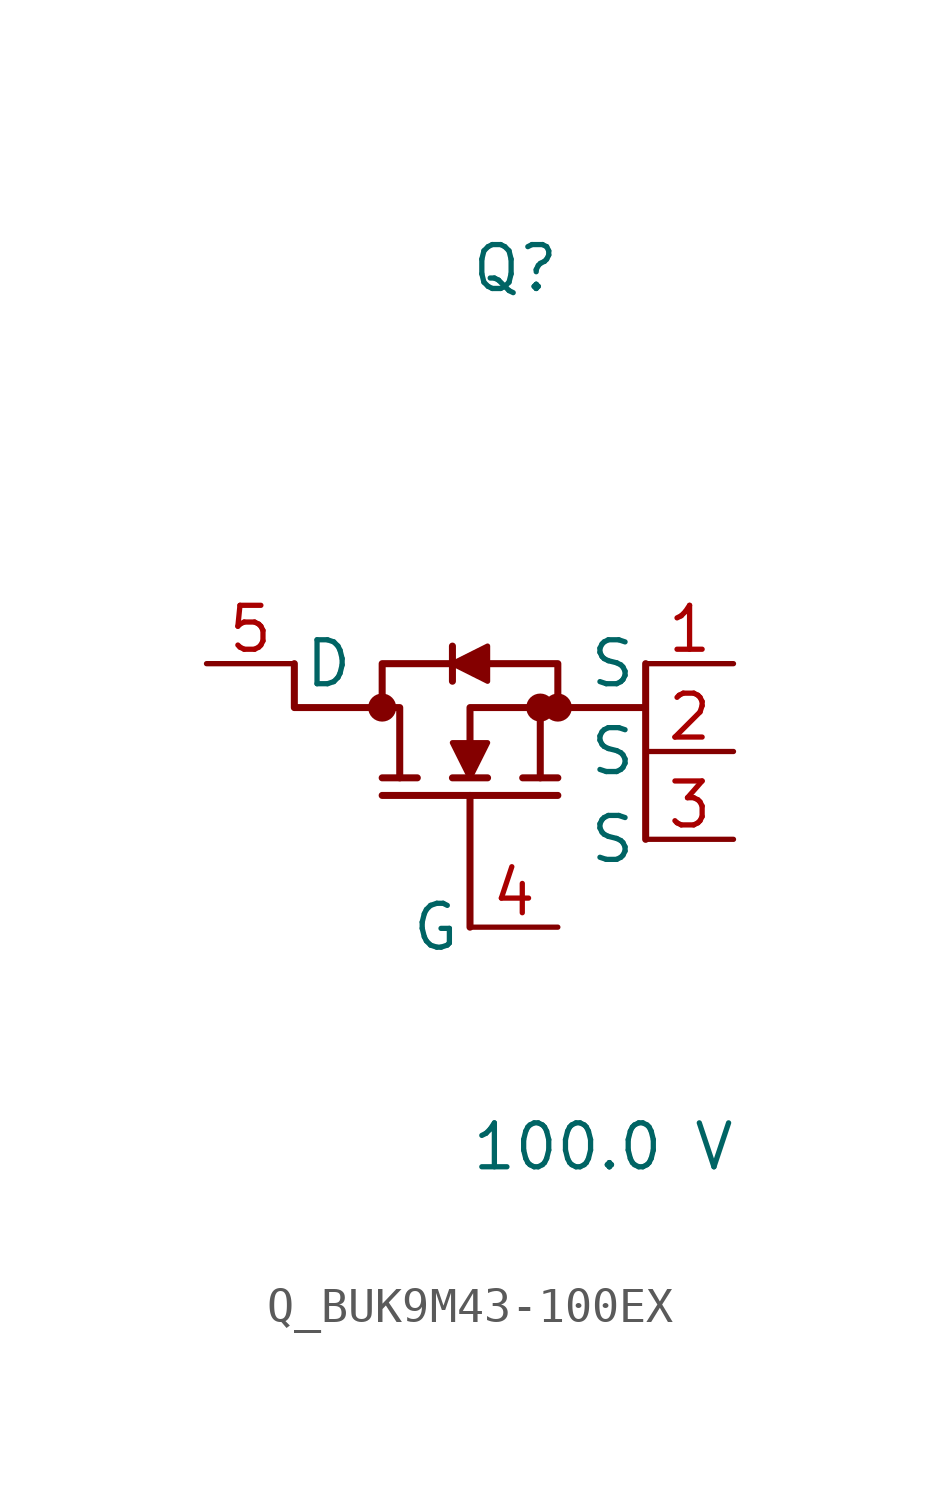
<source format=kicad_sym>
(kicad_symbol_lib
  (version 20231120)
  (generator kicad_symbol_editor)
  (generator_version 8.0)
  (symbol "Q_BUK9M43-100EX"
    (pin_names
      (offset 0.254))
    (property "Reference" "Q"
      (at 0.0 12.7 0)
      (effects (font (size 1.27 1.27)) (justify left)))
    (property "Value" "100.0 V"
      (at 0.0 -12.7 0)
      (effects (font (size 1.27 1.27)) (justify left)))
    (symbol "Q_BUK9M43-100EX_1_0"
      (polyline (pts (xy -0.508 1.778) (xy -0.508 0.762)) (stroke (width 0.203) (type default)) (fill (type none)))
      (polyline (pts (xy 0 -6.35) (xy 0 -2.54)) (stroke (width 0.203) (type default)) (fill (type none)))
      (polyline (pts (xy 2.54 -2.54) (xy -2.54 -2.54)) (stroke (width 0.203) (type default)) (fill (type none)))
      (polyline (pts (xy 2.54 -2.032) (xy 1.524 -2.032)) (stroke (width 0.203) (type default)) (fill (type none)))
      (circle (center -2.54 0) (radius 0.025) (stroke (width 0.381) (type default)) (fill (type none)))
      (polyline (pts (xy -1.524 -2.032) (xy -2.54 -2.032)) (stroke (width 0.203) (type default)) (fill (type none)))
      (polyline (pts (xy 0.508 -2.032) (xy -0.508 -2.032)) (stroke (width 0.203) (type default)) (fill (type none)))
      (polyline (pts (xy -2.032 -2.032) (xy -2.032 0) (xy -2.54 0)) (stroke (width 0.203) (type default)) (fill (type none)))
      (polyline (pts (xy -0.508 1.27) (xy 0.508 0.762) (xy 0.508 1.778) (xy -0.508 1.27)) (stroke (width 0) (type default)) (fill (type outline)))
      (polyline (pts (xy 0 -2.032) (xy 0.508 -1.016) (xy -0.508 -1.016) (xy 0 -2.032)) (stroke (width 0) (type default)) (fill (type outline)))
      (polyline (pts (xy -5.08 1.27) (xy -5.08 0) (xy -2.54 0) (xy -2.54 1.27) (xy -0.508 1.27)) (stroke (width 0.203) (type default)) (fill (type none)))
      (polyline (pts (xy 0 -1.016) (xy 0 0) (xy 2.54 0) (xy 2.032 0) (xy 2.032 -2.032)) (stroke (width 0.203) (type default)) (fill (type none)))
      (polyline (pts (xy 0.508 1.27) (xy 2.54 1.27) (xy 2.54 0) (xy 5.08 0) (xy 5.08 1.27) (xy 5.08 -3.81)) (stroke (width 0.203) (type default)) (fill (type none)))
      (circle (center 2.032 0) (radius 0.025) (stroke (width 0.381) (type default)) (fill (type none)))
      (circle (center 2.54 0) (radius 0.025) (stroke (width 0.381) (type default)) (fill (type none)))
      (pin unspecified line (at -7.62 1.27 0) (length 2.54) (name "D" (effects (font (size 1.27 1.27)))) (number "5" (effects (font (size 1.27 1.27)))))
      (pin unspecified line (at 7.62 1.27 180) (length 2.54) (name "S" (effects (font (size 1.27 1.27)))) (number "1" (effects (font (size 1.27 1.27)))))
      (pin unspecified line (at 7.62 -1.27 180) (length 2.54) (name "S" (effects (font (size 1.27 1.27)))) (number "2" (effects (font (size 1.27 1.27)))))
      (pin unspecified line (at 7.62 -3.81 180) (length 2.54) (name "S" (effects (font (size 1.27 1.27)))) (number "3" (effects (font (size 1.27 1.27)))))
      (pin unspecified line (at 2.54 -6.35 180) (length 2.54) (name "G" (effects (font (size 1.27 1.27)))) (number "4" (effects (font (size 1.27 1.27))))))))
</source>
